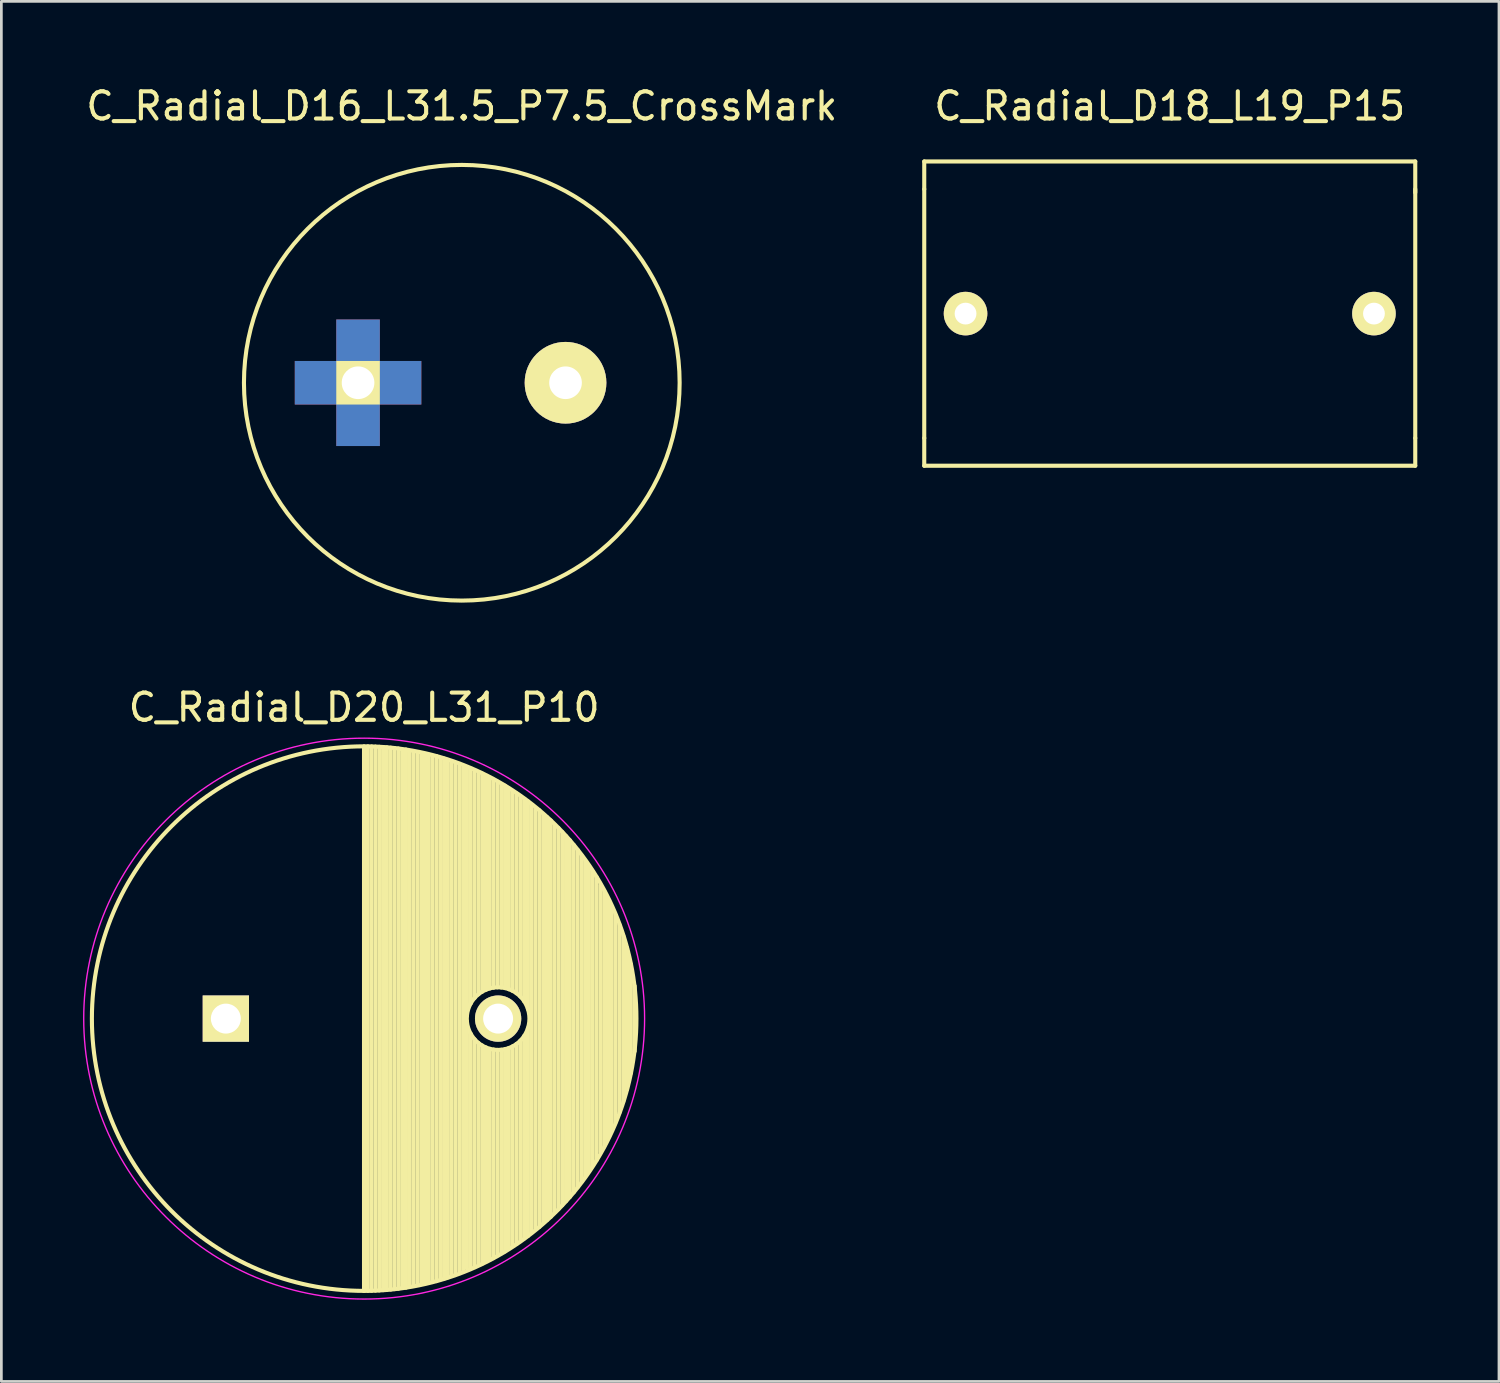
<source format=kicad_pcb>
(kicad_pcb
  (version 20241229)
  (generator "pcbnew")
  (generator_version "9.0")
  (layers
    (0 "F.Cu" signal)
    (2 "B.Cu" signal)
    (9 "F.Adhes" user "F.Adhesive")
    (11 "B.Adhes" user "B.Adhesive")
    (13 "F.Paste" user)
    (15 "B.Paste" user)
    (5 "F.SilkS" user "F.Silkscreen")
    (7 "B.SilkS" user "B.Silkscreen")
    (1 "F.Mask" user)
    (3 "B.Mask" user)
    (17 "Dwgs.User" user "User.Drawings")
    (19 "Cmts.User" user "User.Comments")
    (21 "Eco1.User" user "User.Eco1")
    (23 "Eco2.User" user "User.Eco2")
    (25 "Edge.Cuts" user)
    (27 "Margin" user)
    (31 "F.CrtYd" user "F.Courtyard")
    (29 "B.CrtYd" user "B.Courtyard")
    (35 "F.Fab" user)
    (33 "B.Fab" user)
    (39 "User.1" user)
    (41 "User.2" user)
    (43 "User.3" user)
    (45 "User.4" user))
  (footprint "C_Radial_D18_L19_P15"
    (layer "F.Cu")
    (at 39.913 8.468)
    (property "Reference" "C_Radial_D18_L19_P15" (at 0 -7.62 0) (layer "F.SilkS") (effects (font (size 1 1) (thickness 0.15))))
    (attr through_hole)
    (fp_line (start -9.017 -5.588) (end 9.017 -5.588) (stroke (width 0.15) (type solid)) (layer "F.SilkS"))
    (fp_line (start -9.017 -4.572) (end -9.017 -5.588) (stroke (width 0.15) (type solid)) (layer "F.SilkS"))
    (fp_line (start -9.017 -4.572) (end -9.017 4.572) (stroke (width 0.15) (type solid)) (layer "F.SilkS"))
    (fp_line (start -9.017 4.572) (end -9.017 5.588) (stroke (width 0.15) (type solid)) (layer "F.SilkS"))
    (fp_line (start -9.017 5.588) (end 9.017 5.588) (stroke (width 0.15) (type solid)) (layer "F.SilkS"))
    (fp_line (start 9.017 -5.588) (end 9.017 -4.445) (stroke (width 0.15) (type solid)) (layer "F.SilkS"))
    (fp_line (start 9.017 4.572) (end 9.017 -4.572) (stroke (width 0.15) (type solid)) (layer "F.SilkS"))
    (fp_line (start 9.017 5.588) (end 9.017 4.572) (stroke (width 0.15) (type solid)) (layer "F.SilkS"))
    (pad "1" thru_hole circle (at -7.5 0) (size 1.6 1.6) (drill 0.8) (layers "*.Cu" "*.Mask" "F.SilkS"))
    (pad "2" thru_hole circle (at 7.5 0) (size 1.6 1.6) (drill 0.8) (layers "*.Cu" "*.Mask" "F.SilkS")))
  (footprint "C_Radial_D16_L31.5_P7.5_CrossMark"
    (layer "F.Cu")
    (at 10.101 11.008)
    (property "Reference" "C_Radial_D16_L31.5_P7.5_CrossMark" (at 3.81 -10.16 0) (layer "F.SilkS") (effects (font (size 1 1) (thickness 0.15))))
    (attr through_hole)
    (fp_circle (center 3.81 0) (end 11.811 0) (stroke (width 0.15) (type solid)) (fill no) (layer "F.SilkS"))
    (pad "1" smd rect (at -1.524 0) (size 1.6 1.6) (layers "*.Cu" "F.Mask" "F.Paste"))
    (pad "1" smd rect (at 0 -1.524) (size 1.6 1.6) (layers "*.Cu" "F.Mask" "F.Paste"))
    (pad "1" thru_hole rect (at 0 0) (size 1.6 1.6) (drill 1.199) (layers "*.Cu" "*.Mask" "F.SilkS"))
    (pad "1" smd rect (at 0 1.524) (size 1.6 1.6) (layers "*.Cu" "F.Mask" "F.Paste"))
    (pad "1" smd rect (at 1.524 0) (size 1.6 1.6) (layers "*.Cu" "F.Mask" "F.Paste"))
    (pad "2" thru_hole circle (at 7.62 0) (size 3 3) (drill 1.199) (layers "*.Cu" "*.Mask" "F.SilkS")))
  (footprint "C_Radial_D20_L31_P10"
    (layer "F.Cu")
    (at 10.325 34.362)
    (property "Reference" "C_Radial_D20_L31_P10" (at 0 -11.43 0) (layer "F.SilkS") (effects (font (size 1 1) (thickness 0.15))))
    (attr through_hole)
    (fp_line (start -0.005 -10) (end -0.005 10) (stroke (width 0.15) (type solid)) (layer "F.SilkS"))
    (fp_line (start 0.135 -9.998) (end 0.135 9.998) (stroke (width 0.15) (type solid)) (layer "F.SilkS"))
    (fp_line (start 0.275 -9.994) (end 0.275 9.994) (stroke (width 0.15) (type solid)) (layer "F.SilkS"))
    (fp_line (start 0.415 -9.989) (end 0.415 9.989) (stroke (width 0.15) (type solid)) (layer "F.SilkS"))
    (fp_line (start 0.555 -9.982) (end 0.555 9.982) (stroke (width 0.15) (type solid)) (layer "F.SilkS"))
    (fp_line (start 0.695 -9.973) (end 0.695 9.973) (stroke (width 0.15) (type solid)) (layer "F.SilkS"))
    (fp_line (start 0.835 -9.962) (end 0.835 9.962) (stroke (width 0.15) (type solid)) (layer "F.SilkS"))
    (fp_line (start 0.975 -9.949) (end 0.975 9.949) (stroke (width 0.15) (type solid)) (layer "F.SilkS"))
    (fp_line (start 1.115 -9.935) (end 1.115 9.935) (stroke (width 0.15) (type solid)) (layer "F.SilkS"))
    (fp_line (start 1.255 -9.919) (end 1.255 9.919) (stroke (width 0.15) (type solid)) (layer "F.SilkS"))
    (fp_line (start 1.395 -9.87) (end 1.395 9.87) (stroke (width 0.15) (type solid)) (layer "F.SilkS"))
    (fp_line (start 1.535 -9.881) (end 1.535 9.881) (stroke (width 0.15) (type solid)) (layer "F.SilkS"))
    (fp_line (start 1.675 -9.82) (end 1.675 9.82) (stroke (width 0.15) (type solid)) (layer "F.SilkS"))
    (fp_line (start 1.815 -9.8) (end 1.815 9.8) (stroke (width 0.15) (type solid)) (layer "F.SilkS"))
    (fp_line (start 1.955 -9.78) (end 1.955 9.78) (stroke (width 0.15) (type solid)) (layer "F.SilkS"))
    (fp_line (start 2.095 -9.75) (end 2.095 9.75) (stroke (width 0.15) (type solid)) (layer "F.SilkS"))
    (fp_line (start 2.235 -9.7) (end 2.235 9.7) (stroke (width 0.15) (type solid)) (layer "F.SilkS"))
    (fp_line (start 2.375 -9.69) (end 2.375 9.69) (stroke (width 0.15) (type solid)) (layer "F.SilkS"))
    (fp_line (start 2.515 -9.65) (end 2.515 9.65) (stroke (width 0.15) (type solid)) (layer "F.SilkS"))
    (fp_line (start 2.655 -9.64) (end 2.655 9.64) (stroke (width 0.15) (type solid)) (layer "F.SilkS"))
    (fp_line (start 2.795 -9.58) (end 2.795 9.58) (stroke (width 0.15) (type solid)) (layer "F.SilkS"))
    (fp_line (start 2.935 -9.55) (end 2.935 9.55) (stroke (width 0.15) (type solid)) (layer "F.SilkS"))
    (fp_line (start 3.075 -9.5) (end 3.075 9.5) (stroke (width 0.15) (type solid)) (layer "F.SilkS"))
    (fp_line (start 3.215 -9.45) (end 3.215 9.45) (stroke (width 0.15) (type solid)) (layer "F.SilkS"))
    (fp_line (start 3.355 -9.4) (end 3.355 9.4) (stroke (width 0.15) (type solid)) (layer "F.SilkS"))
    (fp_line (start 3.495 -9.3) (end 3.495 9.3) (stroke (width 0.15) (type solid)) (layer "F.SilkS"))
    (fp_line (start 3.635 -9.25) (end 3.635 9.25) (stroke (width 0.15) (type solid)) (layer "F.SilkS"))
    (fp_line (start 3.775 -9.18) (end 3.775 -0.107) (stroke (width 0.15) (type solid)) (layer "F.SilkS"))
    (fp_line (start 3.775 0.107) (end 3.775 9.18) (stroke (width 0.15) (type solid)) (layer "F.SilkS"))
    (fp_line (start 3.915 -9.15) (end 3.915 -0.559) (stroke (width 0.15) (type solid)) (layer "F.SilkS"))
    (fp_line (start 3.915 0.559) (end 3.915 9.15) (stroke (width 0.15) (type solid)) (layer "F.SilkS"))
    (fp_line (start 4.055 -9.1) (end 4.055 -0.758) (stroke (width 0.15) (type solid)) (layer "F.SilkS"))
    (fp_line (start 4.055 0.758) (end 4.055 9.1) (stroke (width 0.15) (type solid)) (layer "F.SilkS"))
    (fp_line (start 4.195 -9.05) (end 4.195 -0.893) (stroke (width 0.15) (type solid)) (layer "F.SilkS"))
    (fp_line (start 4.195 0.893) (end 4.195 9.05) (stroke (width 0.15) (type solid)) (layer "F.SilkS"))
    (fp_line (start 4.335 -9) (end 4.335 -0.99) (stroke (width 0.15) (type solid)) (layer "F.SilkS"))
    (fp_line (start 4.335 0.99) (end 4.335 9) (stroke (width 0.15) (type solid)) (layer "F.SilkS"))
    (fp_line (start 4.475 -8.9) (end 4.475 -1.06) (stroke (width 0.15) (type solid)) (layer "F.SilkS"))
    (fp_line (start 4.475 1.06) (end 4.475 8.9) (stroke (width 0.15) (type solid)) (layer "F.SilkS"))
    (fp_line (start 4.615 -8.85) (end 4.615 -1.109) (stroke (width 0.15) (type solid)) (layer "F.SilkS"))
    (fp_line (start 4.615 1.109) (end 4.615 8.85) (stroke (width 0.15) (type solid)) (layer "F.SilkS"))
    (fp_line (start 4.755 -8.78) (end 4.755 -1.138) (stroke (width 0.15) (type solid)) (layer "F.SilkS"))
    (fp_line (start 4.755 1.138) (end 4.755 8.78) (stroke (width 0.15) (type solid)) (layer "F.SilkS"))
    (fp_line (start 4.895 -8.7) (end 4.895 -1.15) (stroke (width 0.15) (type solid)) (layer "F.SilkS"))
    (fp_line (start 4.895 1.15) (end 4.895 8.7) (stroke (width 0.15) (type solid)) (layer "F.SilkS"))
    (fp_line (start 5.035 -8.62) (end 5.035 -1.144) (stroke (width 0.15) (type solid)) (layer "F.SilkS"))
    (fp_line (start 5.035 1.144) (end 5.035 8.62) (stroke (width 0.15) (type solid)) (layer "F.SilkS"))
    (fp_line (start 5.175 -8.55) (end 5.175 -1.121) (stroke (width 0.15) (type solid)) (layer "F.SilkS"))
    (fp_line (start 5.175 1.121) (end 5.175 8.55) (stroke (width 0.15) (type solid)) (layer "F.SilkS"))
    (fp_line (start 5.315 -8.4) (end 5.315 -1.08) (stroke (width 0.15) (type solid)) (layer "F.SilkS"))
    (fp_line (start 5.315 1.08) (end 5.315 8.4) (stroke (width 0.15) (type solid)) (layer "F.SilkS"))
    (fp_line (start 5.455 -8.35) (end 5.455 -1.018) (stroke (width 0.15) (type solid)) (layer "F.SilkS"))
    (fp_line (start 5.455 1.018) (end 5.455 8.35) (stroke (width 0.15) (type solid)) (layer "F.SilkS"))
    (fp_line (start 5.595 -8.27) (end 5.595 -0.931) (stroke (width 0.15) (type solid)) (layer "F.SilkS"))
    (fp_line (start 5.595 0.931) (end 5.595 8.27) (stroke (width 0.15) (type solid)) (layer "F.SilkS"))
    (fp_line (start 5.735 -8.18) (end 5.735 -0.811) (stroke (width 0.15) (type solid)) (layer "F.SilkS"))
    (fp_line (start 5.735 0.811) (end 5.735 8.18) (stroke (width 0.15) (type solid)) (layer "F.SilkS"))
    (fp_line (start 5.875 -8.05) (end 5.875 -0.641) (stroke (width 0.15) (type solid)) (layer "F.SilkS"))
    (fp_line (start 5.875 0.641) (end 5.875 8.05) (stroke (width 0.15) (type solid)) (layer "F.SilkS"))
    (fp_line (start 6.015 -7.98) (end 6.015 -0.351) (stroke (width 0.15) (type solid)) (layer "F.SilkS"))
    (fp_line (start 6.015 0.351) (end 6.015 7.98) (stroke (width 0.15) (type solid)) (layer "F.SilkS"))
    (fp_line (start 6.155 -7.85) (end 6.155 7.85) (stroke (width 0.15) (type solid)) (layer "F.SilkS"))
    (fp_line (start 6.295 -7.7) (end 6.295 7.7) (stroke (width 0.15) (type solid)) (layer "F.SilkS"))
    (fp_line (start 6.435 -7.65) (end 6.435 7.65) (stroke (width 0.15) (type solid)) (layer "F.SilkS"))
    (fp_line (start 6.575 -7.5) (end 6.575 7.5) (stroke (width 0.15) (type solid)) (layer "F.SilkS"))
    (fp_line (start 6.715 -7.4) (end 6.715 7.4) (stroke (width 0.15) (type solid)) (layer "F.SilkS"))
    (fp_line (start 6.855 -7.28) (end 6.855 7.28) (stroke (width 0.15) (type solid)) (layer "F.SilkS"))
    (fp_line (start 6.995 -7.12) (end 6.995 7.12) (stroke (width 0.15) (type solid)) (layer "F.SilkS"))
    (fp_line (start 7.135 -7) (end 7.135 7) (stroke (width 0.15) (type solid)) (layer "F.SilkS"))
    (fp_line (start 7.275 -6.85) (end 7.275 6.85) (stroke (width 0.15) (type solid)) (layer "F.SilkS"))
    (fp_line (start 7.415 -6.7) (end 7.415 6.7) (stroke (width 0.15) (type solid)) (layer "F.SilkS"))
    (fp_line (start 7.555 -6.55) (end 7.555 6.55) (stroke (width 0.15) (type solid)) (layer "F.SilkS"))
    (fp_line (start 7.695 -6.38) (end 7.695 6.38) (stroke (width 0.15) (type solid)) (layer "F.SilkS"))
    (fp_line (start 7.835 -6.2) (end 7.835 6.2) (stroke (width 0.15) (type solid)) (layer "F.SilkS"))
    (fp_line (start 7.975 -6) (end 7.975 6) (stroke (width 0.15) (type solid)) (layer "F.SilkS"))
    (fp_line (start 8.115 -5.8) (end 8.115 5.8) (stroke (width 0.15) (type solid)) (layer "F.SilkS"))
    (fp_line (start 8.255 -5.6) (end 8.255 5.6) (stroke (width 0.15) (type solid)) (layer "F.SilkS"))
    (fp_line (start 8.395 -5.4) (end 8.395 5.4) (stroke (width 0.15) (type solid)) (layer "F.SilkS"))
    (fp_line (start 8.535 -5.2) (end 8.535 5.2) (stroke (width 0.15) (type solid)) (layer "F.SilkS"))
    (fp_line (start 8.675 -4.9) (end 8.675 4.9) (stroke (width 0.15) (type solid)) (layer "F.SilkS"))
    (fp_line (start 8.815 -4.7) (end 8.815 4.7) (stroke (width 0.15) (type solid)) (layer "F.SilkS"))
    (fp_line (start 8.955 -4.4) (end 8.955 4.4) (stroke (width 0.15) (type solid)) (layer "F.SilkS"))
    (fp_line (start 9.095 -4.1) (end 9.095 4.1) (stroke (width 0.15) (type solid)) (layer "F.SilkS"))
    (fp_line (start 9.235 -3.8) (end 9.235 3.8) (stroke (width 0.15) (type solid)) (layer "F.SilkS"))
    (fp_line (start 9.375 -3.45) (end 9.375 3.45) (stroke (width 0.15) (type solid)) (layer "F.SilkS"))
    (fp_line (start 9.515 -3.05) (end 9.515 3.05) (stroke (width 0.15) (type solid)) (layer "F.SilkS"))
    (fp_line (start 9.655 -2.6) (end 9.655 2.6) (stroke (width 0.15) (type solid)) (layer "F.SilkS"))
    (fp_line (start 9.795 -2) (end 9.795 2) (stroke (width 0.15) (type solid)) (layer "F.SilkS"))
    (fp_line (start 9.935 -1.2) (end 9.935 1.2) (stroke (width 0.15) (type solid)) (layer "F.SilkS"))
    (fp_circle (center 0 0) (end 0 -10) (stroke (width 0.15) (type solid)) (fill no) (layer "F.SilkS"))
    (fp_circle (center 4.92 0) (end 4.92 -1.15) (stroke (width 0.15) (type solid)) (fill no) (layer "F.SilkS"))
    (fp_circle (center 0 0) (end 0 10.3) (stroke (width 0.05) (type solid)) (fill no) (layer "F.CrtYd"))
    (pad "1" thru_hole rect (at -5.08 0) (size 1.7 1.7) (drill 1.1) (layers "*.Cu" "*.Mask" "F.SilkS"))
    (pad "2" thru_hole circle (at 4.92 0) (size 1.7 1.7) (drill 1.1) (layers "*.Cu" "*.Mask" "F.SilkS")))
  (gr_rect
    (start -3 -3)
    (end 52.005 47.688)
    (stroke (width 0.1) (type default))
    (fill no)
    (layer "Edge.Cuts")))
</source>
